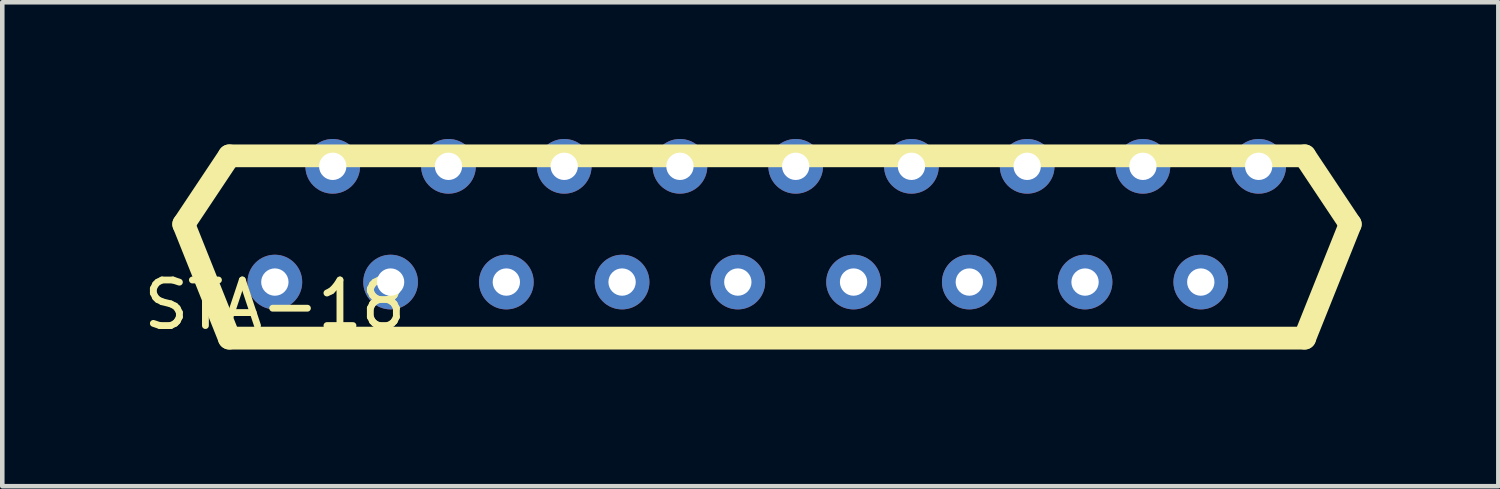
<source format=kicad_pcb>
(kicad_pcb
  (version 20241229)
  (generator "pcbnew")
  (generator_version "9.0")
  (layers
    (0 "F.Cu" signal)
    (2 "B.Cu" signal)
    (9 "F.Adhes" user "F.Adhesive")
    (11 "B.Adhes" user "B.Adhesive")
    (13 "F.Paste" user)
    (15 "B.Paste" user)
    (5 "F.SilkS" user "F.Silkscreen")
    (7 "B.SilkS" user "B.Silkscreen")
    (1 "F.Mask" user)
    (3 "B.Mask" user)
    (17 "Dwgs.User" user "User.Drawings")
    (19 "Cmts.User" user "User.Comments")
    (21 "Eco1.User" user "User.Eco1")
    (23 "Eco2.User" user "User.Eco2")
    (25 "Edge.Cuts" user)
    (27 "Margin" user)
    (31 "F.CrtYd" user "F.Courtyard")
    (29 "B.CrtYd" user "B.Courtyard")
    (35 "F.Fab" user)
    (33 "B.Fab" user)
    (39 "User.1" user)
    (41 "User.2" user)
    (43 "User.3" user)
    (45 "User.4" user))
  (footprint "STA-18"
    (layer "F.Cu")
    (at 2.982 1.87)
    (property "Reference" "STA-18" (at 0 1.77 0) (layer "F.SilkS") (effects (font (size 1 1) (thickness 0.15))))
    (attr through_hole)
    (fp_line (start -2 0) (end -1 -1.5) (stroke (width 0.5) (type solid)) (layer "F.SilkS"))
    (fp_line (start -2 0) (end -1 2.5) (stroke (width 0.5) (type solid)) (layer "F.SilkS"))
    (fp_line (start -1 2.5) (end 22.6 2.5) (stroke (width 0.5) (type solid)) (layer "F.SilkS"))
    (fp_line (start 22.6 -1.5) (end -1 -1.5) (stroke (width 0.5) (type solid)) (layer "F.SilkS"))
    (fp_line (start 22.6 2.5) (end 23.6 0) (stroke (width 0.5) (type solid)) (layer "F.SilkS"))
    (fp_line (start 23.6 0) (end 22.6 -1.5) (stroke (width 0.5) (type solid)) (layer "F.SilkS"))
    (pad "1" thru_hole circle (at 0 1.27) (size 1.2 1.2) (drill 0.6) (layers "*.Cu" "*.Mask"))
    (pad "2" thru_hole circle (at 1.27 -1.27) (size 1.2 1.2) (drill 0.6) (layers "*.Cu" "*.Mask"))
    (pad "3" thru_hole circle (at 2.54 1.27) (size 1.2 1.2) (drill 0.6) (layers "*.Cu" "*.Mask"))
    (pad "4" thru_hole circle (at 3.81 -1.27) (size 1.2 1.2) (drill 0.6) (layers "*.Cu" "*.Mask"))
    (pad "5" thru_hole circle (at 5.08 1.27) (size 1.2 1.2) (drill 0.6) (layers "*.Cu" "*.Mask"))
    (pad "6" thru_hole circle (at 6.35 -1.27) (size 1.2 1.2) (drill 0.6) (layers "*.Cu" "*.Mask"))
    (pad "7" thru_hole circle (at 7.62 1.27) (size 1.2 1.2) (drill 0.6) (layers "*.Cu" "*.Mask"))
    (pad "8" thru_hole circle (at 8.89 -1.27) (size 1.2 1.2) (drill 0.6) (layers "*.Cu" "*.Mask"))
    (pad "9" thru_hole circle (at 10.16 1.27) (size 1.2 1.2) (drill 0.6) (layers "*.Cu" "*.Mask"))
    (pad "10" thru_hole circle (at 11.43 -1.27) (size 1.2 1.2) (drill 0.6) (layers "*.Cu" "*.Mask"))
    (pad "11" thru_hole circle (at 12.7 1.27) (size 1.2 1.2) (drill 0.6) (layers "*.Cu" "*.Mask"))
    (pad "12" thru_hole circle (at 13.97 -1.27) (size 1.2 1.2) (drill 0.6) (layers "*.Cu" "*.Mask"))
    (pad "13" thru_hole circle (at 15.24 1.27) (size 1.2 1.2) (drill 0.6) (layers "*.Cu" "*.Mask"))
    (pad "14" thru_hole circle (at 16.51 -1.27) (size 1.2 1.2) (drill 0.6) (layers "*.Cu" "*.Mask"))
    (pad "15" thru_hole circle (at 17.78 1.27) (size 1.2 1.2) (drill 0.6) (layers "*.Cu" "*.Mask"))
    (pad "16" thru_hole circle (at 19.05 -1.27) (size 1.2 1.2) (drill 0.6) (layers "*.Cu" "*.Mask"))
    (pad "17" thru_hole circle (at 20.32 1.27) (size 1.2 1.2) (drill 0.6) (layers "*.Cu" "*.Mask"))
    (pad "18" thru_hole circle (at 21.59 -1.27) (size 1.2 1.2) (drill 0.6) (layers "*.Cu" "*.Mask")))
  (gr_rect
    (start -3 -3)
    (end 29.832 7.62)
    (stroke (width 0.1) (type default))
    (fill no)
    (layer "Edge.Cuts")))
</source>
